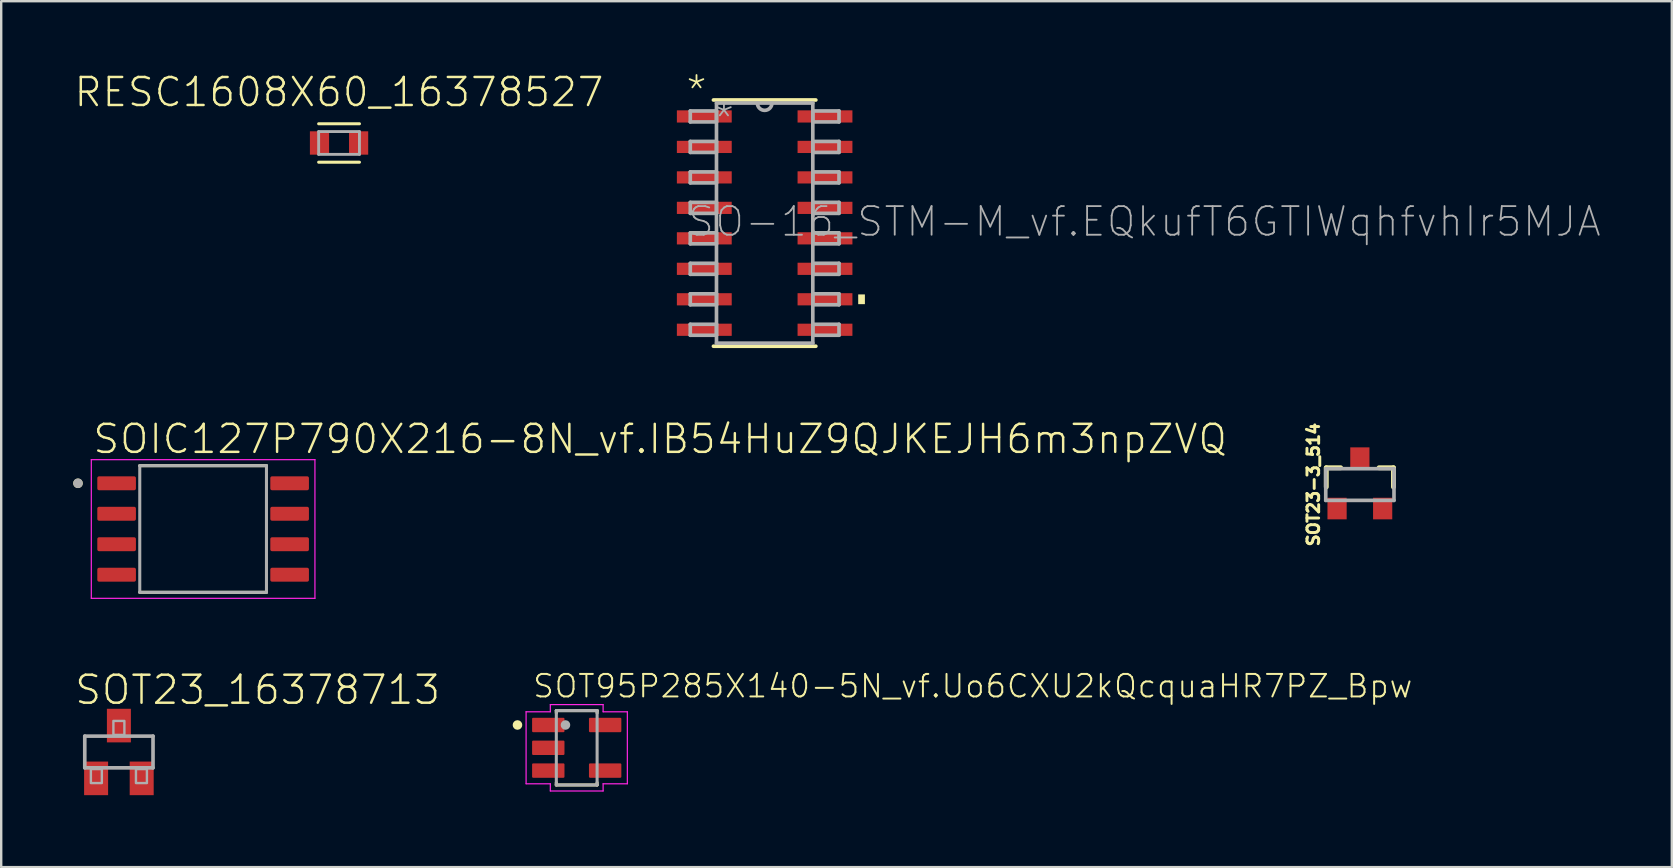
<source format=kicad_pcb>
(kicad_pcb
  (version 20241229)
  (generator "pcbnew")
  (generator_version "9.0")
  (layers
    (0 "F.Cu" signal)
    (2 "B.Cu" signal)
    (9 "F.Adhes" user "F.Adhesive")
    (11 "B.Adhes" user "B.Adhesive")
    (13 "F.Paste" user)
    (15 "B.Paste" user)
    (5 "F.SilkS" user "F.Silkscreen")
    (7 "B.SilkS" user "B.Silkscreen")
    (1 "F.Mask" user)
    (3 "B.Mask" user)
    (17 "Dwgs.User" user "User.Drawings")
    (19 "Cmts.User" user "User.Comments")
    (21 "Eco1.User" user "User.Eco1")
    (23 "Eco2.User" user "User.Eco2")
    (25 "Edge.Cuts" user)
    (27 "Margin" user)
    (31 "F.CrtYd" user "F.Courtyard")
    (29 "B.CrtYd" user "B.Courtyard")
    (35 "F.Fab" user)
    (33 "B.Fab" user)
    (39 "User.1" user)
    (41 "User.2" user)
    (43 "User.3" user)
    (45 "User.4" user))
  (footprint "SOT23-3_514"
    (layer "F.Cu")
    (at 53.623 17.144)
    (property "Reference" "SOT23-3_514" (at -1.651 0 90) (unlocked yes) (layer "F.SilkS") (effects (font (size 0.488 0.488) (thickness 0.122)) (justify bottom)))
    (fp_line (start -1.4 -0.7) (end -1.4 0.1) (stroke (width 0.203) (type solid)) (layer "F.SilkS"))
    (fp_line (start -0.8 -0.7) (end -1.4 -0.7) (stroke (width 0.203) (type solid)) (layer "F.SilkS"))
    (fp_line (start 0.8 -0.7) (end 1.4 -0.7) (stroke (width 0.203) (type solid)) (layer "F.SilkS"))
    (fp_line (start 1.4 -0.7) (end 1.4 0.1) (stroke (width 0.203) (type solid)) (layer "F.SilkS"))
    (fp_line (start -1.422 -0.66) (end 1.422 -0.66) (stroke (width 0.152) (type solid)) (layer "F.Fab"))
    (fp_line (start -1.422 0.66) (end -1.422 -0.66) (stroke (width 0.152) (type solid)) (layer "F.Fab"))
    (fp_line (start 1.422 -0.66) (end 1.422 0.66) (stroke (width 0.152) (type solid)) (layer "F.Fab"))
    (fp_line (start 1.422 0.66) (end -1.422 0.66) (stroke (width 0.152) (type solid)) (layer "F.Fab"))
    (pad "1" smd rect (at -0.95 1) (size 0.8 0.9) (layers "F.Cu" "F.Mask" "F.Paste"))
    (pad "2" smd rect (at 0.95 1) (size 0.8 0.9) (layers "F.Cu" "F.Mask" "F.Paste"))
    (pad "3" smd rect (at 0 -1.1) (size 0.8 0.9) (layers "F.Cu" "F.Mask" "F.Paste")))
  (footprint "RESC1608X60_16378527"
    (layer "F.Cu")
    (at 11.08 2.909)
    (property "Reference" "RESC1608X60_16378527" (at 0 -1.436 0) (unlocked yes) (layer "F.SilkS") (effects (font (size 1.168 1.168) (thickness 0.102)) (justify bottom)))
    (fp_line (start 0.85 -0.801) (end -0.85 -0.801) (stroke (width 0.127) (type solid)) (layer "F.SilkS"))
    (fp_line (start 0.85 0.801) (end -0.85 0.801) (stroke (width 0.127) (type solid)) (layer "F.SilkS"))
    (fp_line (start -0.85 -0.475) (end 0.85 -0.475) (stroke (width 0.12) (type solid)) (layer "F.Fab"))
    (fp_line (start -0.85 0.475) (end -0.85 -0.475) (stroke (width 0.12) (type solid)) (layer "F.Fab"))
    (fp_line (start 0.85 -0.475) (end 0.85 0.475) (stroke (width 0.12) (type solid)) (layer "F.Fab"))
    (fp_line (start 0.85 0.475) (end -0.85 0.475) (stroke (width 0.12) (type solid)) (layer "F.Fab"))
    (pad "1" smd rect (at -0.815 0) (size 0.799 0.974) (layers "F.Cu" "F.Mask" "F.Paste"))
    (pad "2" smd rect (at 0.815 0) (size 0.799 0.974) (layers "F.Cu" "F.Mask" "F.Paste")))
  (footprint "SO-16_STM-M_vf.EQkufT6GTIWqhfvhIr5MJA"
    (layer "F.Cu")
    (at 28.817 6.248)
    (property "Reference" "SO-16_STM-M_vf.EQkufT6GTIWqhfvhIr5MJA" (at -3.271 0.635 0) (unlocked yes) (layer "F.Fab") (effects (font (size 1.194 1.194) (thickness 0.076)) (justify left bottom)))
    (fp_line (start -2.134 5.131) (end 2.134 5.131) (stroke (width 0.152) (type solid)) (layer "F.SilkS"))
    (fp_line (start 2.134 -5.131) (end -2.134 -5.131) (stroke (width 0.152) (type solid)) (layer "F.SilkS"))
    (fp_poly (pts (xy 4.178 3.378) (xy 3.899 3.378) (xy 3.899 2.972) (xy 4.178 2.972)) (stroke (width 0) (type default)) (fill yes) (layer "F.SilkS"))
    (fp_line (start -3.099 -4.674) (end -3.099 -4.216) (stroke (width 0.152) (type solid)) (layer "F.Fab"))
    (fp_line (start -3.099 -4.216) (end -2.007 -4.216) (stroke (width 0.152) (type solid)) (layer "F.Fab"))
    (fp_line (start -3.099 -3.404) (end -3.099 -2.946) (stroke (width 0.152) (type solid)) (layer "F.Fab"))
    (fp_line (start -3.099 -2.946) (end -2.007 -2.946) (stroke (width 0.152) (type solid)) (layer "F.Fab"))
    (fp_line (start -3.099 -2.134) (end -3.099 -1.676) (stroke (width 0.152) (type solid)) (layer "F.Fab"))
    (fp_line (start -3.099 -1.676) (end -2.007 -1.676) (stroke (width 0.152) (type solid)) (layer "F.Fab"))
    (fp_line (start -3.099 -0.864) (end -3.099 -0.406) (stroke (width 0.152) (type solid)) (layer "F.Fab"))
    (fp_line (start -3.099 -0.406) (end -2.007 -0.406) (stroke (width 0.152) (type solid)) (layer "F.Fab"))
    (fp_line (start -3.099 0.406) (end -3.099 0.864) (stroke (width 0.152) (type solid)) (layer "F.Fab"))
    (fp_line (start -3.099 0.864) (end -2.007 0.864) (stroke (width 0.152) (type solid)) (layer "F.Fab"))
    (fp_line (start -3.099 1.676) (end -3.099 2.134) (stroke (width 0.152) (type solid)) (layer "F.Fab"))
    (fp_line (start -3.099 2.134) (end -2.007 2.134) (stroke (width 0.152) (type solid)) (layer "F.Fab"))
    (fp_line (start -3.099 2.946) (end -3.099 3.404) (stroke (width 0.152) (type solid)) (layer "F.Fab"))
    (fp_line (start -3.099 3.404) (end -2.007 3.404) (stroke (width 0.152) (type solid)) (layer "F.Fab"))
    (fp_line (start -3.099 4.216) (end -3.099 4.674) (stroke (width 0.152) (type solid)) (layer "F.Fab"))
    (fp_line (start -3.099 4.674) (end -2.007 4.674) (stroke (width 0.152) (type solid)) (layer "F.Fab"))
    (fp_line (start -2.007 -5.004) (end -2.007 5.004) (stroke (width 0.152) (type solid)) (layer "F.Fab"))
    (fp_line (start -2.007 -4.674) (end -3.099 -4.674) (stroke (width 0.152) (type solid)) (layer "F.Fab"))
    (fp_line (start -2.007 -4.216) (end -2.007 -4.674) (stroke (width 0.152) (type solid)) (layer "F.Fab"))
    (fp_line (start -2.007 -3.404) (end -3.099 -3.404) (stroke (width 0.152) (type solid)) (layer "F.Fab"))
    (fp_line (start -2.007 -2.946) (end -2.007 -3.404) (stroke (width 0.152) (type solid)) (layer "F.Fab"))
    (fp_line (start -2.007 -2.134) (end -3.099 -2.134) (stroke (width 0.152) (type solid)) (layer "F.Fab"))
    (fp_line (start -2.007 -1.676) (end -2.007 -2.134) (stroke (width 0.152) (type solid)) (layer "F.Fab"))
    (fp_line (start -2.007 -0.864) (end -3.099 -0.864) (stroke (width 0.152) (type solid)) (layer "F.Fab"))
    (fp_line (start -2.007 -0.406) (end -2.007 -0.864) (stroke (width 0.152) (type solid)) (layer "F.Fab"))
    (fp_line (start -2.007 0.406) (end -3.099 0.406) (stroke (width 0.152) (type solid)) (layer "F.Fab"))
    (fp_line (start -2.007 0.864) (end -2.007 0.406) (stroke (width 0.152) (type solid)) (layer "F.Fab"))
    (fp_line (start -2.007 1.676) (end -3.099 1.676) (stroke (width 0.152) (type solid)) (layer "F.Fab"))
    (fp_line (start -2.007 2.134) (end -2.007 1.676) (stroke (width 0.152) (type solid)) (layer "F.Fab"))
    (fp_line (start -2.007 2.946) (end -3.099 2.946) (stroke (width 0.152) (type solid)) (layer "F.Fab"))
    (fp_line (start -2.007 3.404) (end -2.007 2.946) (stroke (width 0.152) (type solid)) (layer "F.Fab"))
    (fp_line (start -2.007 4.216) (end -3.099 4.216) (stroke (width 0.152) (type solid)) (layer "F.Fab"))
    (fp_line (start -2.007 4.674) (end -2.007 4.216) (stroke (width 0.152) (type solid)) (layer "F.Fab"))
    (fp_line (start -2.007 5.004) (end 2.007 5.004) (stroke (width 0.152) (type solid)) (layer "F.Fab"))
    (fp_line (start 2.007 -5.004) (end -2.007 -5.004) (stroke (width 0.152) (type solid)) (layer "F.Fab"))
    (fp_line (start 2.007 -4.674) (end 2.007 -4.216) (stroke (width 0.152) (type solid)) (layer "F.Fab"))
    (fp_line (start 2.007 -4.216) (end 3.099 -4.216) (stroke (width 0.152) (type solid)) (layer "F.Fab"))
    (fp_line (start 2.007 -3.404) (end 2.007 -2.946) (stroke (width 0.152) (type solid)) (layer "F.Fab"))
    (fp_line (start 2.007 -2.946) (end 3.099 -2.946) (stroke (width 0.152) (type solid)) (layer "F.Fab"))
    (fp_line (start 2.007 -2.134) (end 2.007 -1.676) (stroke (width 0.152) (type solid)) (layer "F.Fab"))
    (fp_line (start 2.007 -1.676) (end 3.099 -1.676) (stroke (width 0.152) (type solid)) (layer "F.Fab"))
    (fp_line (start 2.007 -0.864) (end 2.007 -0.406) (stroke (width 0.152) (type solid)) (layer "F.Fab"))
    (fp_line (start 2.007 -0.406) (end 3.099 -0.406) (stroke (width 0.152) (type solid)) (layer "F.Fab"))
    (fp_line (start 2.007 0.406) (end 2.007 0.864) (stroke (width 0.152) (type solid)) (layer "F.Fab"))
    (fp_line (start 2.007 0.864) (end 3.099 0.864) (stroke (width 0.152) (type solid)) (layer "F.Fab"))
    (fp_line (start 2.007 1.676) (end 2.007 2.134) (stroke (width 0.152) (type solid)) (layer "F.Fab"))
    (fp_line (start 2.007 2.134) (end 3.099 2.134) (stroke (width 0.152) (type solid)) (layer "F.Fab"))
    (fp_line (start 2.007 2.946) (end 2.007 3.404) (stroke (width 0.152) (type solid)) (layer "F.Fab"))
    (fp_line (start 2.007 3.404) (end 3.099 3.404) (stroke (width 0.152) (type solid)) (layer "F.Fab"))
    (fp_line (start 2.007 4.216) (end 2.007 4.674) (stroke (width 0.152) (type solid)) (layer "F.Fab"))
    (fp_line (start 2.007 4.674) (end 3.099 4.674) (stroke (width 0.152) (type solid)) (layer "F.Fab"))
    (fp_line (start 2.007 5.004) (end 2.007 -5.004) (stroke (width 0.152) (type solid)) (layer "F.Fab"))
    (fp_line (start 3.099 -4.674) (end 2.007 -4.674) (stroke (width 0.152) (type solid)) (layer "F.Fab"))
    (fp_line (start 3.099 -4.216) (end 3.099 -4.674) (stroke (width 0.152) (type solid)) (layer "F.Fab"))
    (fp_line (start 3.099 -3.404) (end 2.007 -3.404) (stroke (width 0.152) (type solid)) (layer "F.Fab"))
    (fp_line (start 3.099 -2.946) (end 3.099 -3.404) (stroke (width 0.152) (type solid)) (layer "F.Fab"))
    (fp_line (start 3.099 -2.134) (end 2.007 -2.134) (stroke (width 0.152) (type solid)) (layer "F.Fab"))
    (fp_line (start 3.099 -1.676) (end 3.099 -2.134) (stroke (width 0.152) (type solid)) (layer "F.Fab"))
    (fp_line (start 3.099 -0.864) (end 2.007 -0.864) (stroke (width 0.152) (type solid)) (layer "F.Fab"))
    (fp_line (start 3.099 -0.406) (end 3.099 -0.864) (stroke (width 0.152) (type solid)) (layer "F.Fab"))
    (fp_line (start 3.099 0.406) (end 2.007 0.406) (stroke (width 0.152) (type solid)) (layer "F.Fab"))
    (fp_line (start 3.099 0.864) (end 3.099 0.406) (stroke (width 0.152) (type solid)) (layer "F.Fab"))
    (fp_line (start 3.099 1.676) (end 2.007 1.676) (stroke (width 0.152) (type solid)) (layer "F.Fab"))
    (fp_line (start 3.099 2.134) (end 3.099 1.676) (stroke (width 0.152) (type solid)) (layer "F.Fab"))
    (fp_line (start 3.099 2.946) (end 2.007 2.946) (stroke (width 0.152) (type solid)) (layer "F.Fab"))
    (fp_line (start 3.099 3.404) (end 3.099 2.946) (stroke (width 0.152) (type solid)) (layer "F.Fab"))
    (fp_line (start 3.099 4.216) (end 2.007 4.216) (stroke (width 0.152) (type solid)) (layer "F.Fab"))
    (fp_line (start 3.099 4.674) (end 3.099 4.216) (stroke (width 0.152) (type solid)) (layer "F.Fab"))
    (fp_arc (start 0.3048 -5.0038) (mid 0 -4.699) (end -0.3048 -5.0038) (stroke (width 0.1524) (type solid)) (layer "F.Fab"))
    (fp_text user "*" (at -3.345 -4.826 0) (unlocked yes) (layer "F.SilkS") (effects (font (size 1.194 1.194) (thickness 0.076)) (justify left bottom)))
    (fp_text user "*" (at -2.202 -3.658 0) (unlocked yes) (layer "F.Fab") (effects (font (size 1.194 1.194) (thickness 0.076)) (justify left bottom)))
    (pad "1" smd rect (at -2.515 -4.445) (size 2.286 0.508) (layers "F.Cu" "F.Mask" "F.Paste"))
    (pad "2" smd rect (at -2.515 -3.175) (size 2.286 0.508) (layers "F.Cu" "F.Mask" "F.Paste"))
    (pad "3" smd rect (at -2.515 -1.905) (size 2.286 0.508) (layers "F.Cu" "F.Mask" "F.Paste"))
    (pad "4" smd rect (at -2.515 -0.635) (size 2.286 0.508) (layers "F.Cu" "F.Mask" "F.Paste"))
    (pad "5" smd rect (at -2.515 0.635) (size 2.286 0.508) (layers "F.Cu" "F.Mask" "F.Paste"))
    (pad "6" smd rect (at -2.515 1.905) (size 2.286 0.508) (layers "F.Cu" "F.Mask" "F.Paste"))
    (pad "7" smd rect (at -2.515 3.175) (size 2.286 0.508) (layers "F.Cu" "F.Mask" "F.Paste"))
    (pad "8" smd rect (at -2.515 4.445) (size 2.286 0.508) (layers "F.Cu" "F.Mask" "F.Paste"))
    (pad "9" smd rect (at 2.515 4.445) (size 2.286 0.508) (layers "F.Cu" "F.Mask" "F.Paste"))
    (pad "10" smd rect (at 2.515 3.175) (size 2.286 0.508) (layers "F.Cu" "F.Mask" "F.Paste"))
    (pad "11" smd rect (at 2.515 1.905) (size 2.286 0.508) (layers "F.Cu" "F.Mask" "F.Paste"))
    (pad "12" smd rect (at 2.515 0.635) (size 2.286 0.508) (layers "F.Cu" "F.Mask" "F.Paste"))
    (pad "13" smd rect (at 2.515 -0.635) (size 2.286 0.508) (layers "F.Cu" "F.Mask" "F.Paste"))
    (pad "14" smd rect (at 2.515 -1.905) (size 2.286 0.508) (layers "F.Cu" "F.Mask" "F.Paste"))
    (pad "15" smd rect (at 2.515 -3.175) (size 2.286 0.508) (layers "F.Cu" "F.Mask" "F.Paste"))
    (pad "16" smd rect (at 2.515 -4.445) (size 2.286 0.508) (layers "F.Cu" "F.Mask" "F.Paste")))
  (footprint "SOT95P285X140-5N_vf.Uo6CXU2kQcquaHR7PZ_Bpw"
    (layer "F.Cu")
    (at 20.985 28.114)
    (property "Reference" "SOT95P285X140-5N_vf.Uo6CXU2kQcquaHR7PZ_Bpw" (at -1.884 -2.021 0) (unlocked yes) (layer "F.SilkS") (effects (font (size 0.938 0.938) (thickness 0.082)) (justify left bottom)))
    (fp_line (start -0.85 -1.55) (end -0.85 -1.45) (stroke (width 0.127) (type solid)) (layer "F.SilkS"))
    (fp_line (start -0.85 1.55) (end -0.85 1.45) (stroke (width 0.127) (type solid)) (layer "F.SilkS"))
    (fp_line (start 0.85 -1.55) (end -0.85 -1.55) (stroke (width 0.127) (type solid)) (layer "F.SilkS"))
    (fp_line (start 0.85 -1.55) (end 0.85 -1.45) (stroke (width 0.127) (type solid)) (layer "F.SilkS"))
    (fp_line (start 0.85 1.55) (end -0.85 1.55) (stroke (width 0.127) (type solid)) (layer "F.SilkS"))
    (fp_line (start 0.85 1.55) (end 0.85 1.45) (stroke (width 0.127) (type solid)) (layer "F.SilkS"))
    (fp_circle (center -2.469 -0.95) (end -2.369 -0.95) (stroke (width 0.2) (type solid)) (fill no) (layer "F.SilkS"))
    (fp_line (start -2.11 -1.5) (end -2.11 1.5) (stroke (width 0.05) (type solid)) (layer "F.CrtYd"))
    (fp_line (start -2.11 1.5) (end -1.1 1.5) (stroke (width 0.05) (type solid)) (layer "F.CrtYd"))
    (fp_line (start -1.1 -1.8) (end -1.1 -1.5) (stroke (width 0.05) (type solid)) (layer "F.CrtYd"))
    (fp_line (start -1.1 -1.5) (end -2.11 -1.5) (stroke (width 0.05) (type solid)) (layer "F.CrtYd"))
    (fp_line (start -1.1 1.5) (end -1.1 1.8) (stroke (width 0.05) (type solid)) (layer "F.CrtYd"))
    (fp_line (start -1.1 1.8) (end 1.1 1.8) (stroke (width 0.05) (type solid)) (layer "F.CrtYd"))
    (fp_line (start 1.1 -1.8) (end -1.1 -1.8) (stroke (width 0.05) (type solid)) (layer "F.CrtYd"))
    (fp_line (start 1.1 -1.5) (end 1.1 -1.8) (stroke (width 0.05) (type solid)) (layer "F.CrtYd"))
    (fp_line (start 1.1 1.5) (end 2.11 1.5) (stroke (width 0.05) (type solid)) (layer "F.CrtYd"))
    (fp_line (start 1.1 1.8) (end 1.1 1.5) (stroke (width 0.05) (type solid)) (layer "F.CrtYd"))
    (fp_line (start 2.11 -1.5) (end 1.1 -1.5) (stroke (width 0.05) (type solid)) (layer "F.CrtYd"))
    (fp_line (start 2.11 1.5) (end 2.11 -1.5) (stroke (width 0.05) (type solid)) (layer "F.CrtYd"))
    (fp_line (start -0.85 -1.55) (end 0.85 -1.55) (stroke (width 0.127) (type solid)) (layer "F.Fab"))
    (fp_line (start -0.85 1.55) (end -0.85 -1.55) (stroke (width 0.127) (type solid)) (layer "F.Fab"))
    (fp_line (start 0.85 -1.55) (end 0.85 1.55) (stroke (width 0.127) (type solid)) (layer "F.Fab"))
    (fp_line (start 0.85 1.55) (end -0.85 1.55) (stroke (width 0.127) (type solid)) (layer "F.Fab"))
    (fp_circle (center -0.469 -0.95) (end -0.369 -0.95) (stroke (width 0.2) (type solid)) (fill no) (layer "F.Fab"))
    (pad "1" smd roundrect (at -1.185 -0.95 270) (size 0.6 1.35) (layers "F.Cu" "F.Mask" "F.Paste") (roundrect_rratio 0.075))
    (pad "2" smd roundrect (at -1.185 0 270) (size 0.6 1.35) (layers "F.Cu" "F.Mask" "F.Paste") (roundrect_rratio 0.075))
    (pad "3" smd roundrect (at -1.185 0.95 270) (size 0.6 1.35) (layers "F.Cu" "F.Mask" "F.Paste") (roundrect_rratio 0.075))
    (pad "4" smd roundrect (at 1.185 0.95 270) (size 0.6 1.35) (layers "F.Cu" "F.Mask" "F.Paste") (roundrect_rratio 0.075))
    (pad "5" smd roundrect (at 1.185 -0.95 270) (size 0.6 1.35) (layers "F.Cu" "F.Mask" "F.Paste") (roundrect_rratio 0.075)))
  (footprint "SOIC127P790X216-8N_vf.IB54HuZ9QJKEJH6m3npZVQ"
    (layer "F.Cu")
    (at 5.415 18.996)
    (property "Reference" "SOIC127P790X216-8N_vf.IB54HuZ9QJKEJH6m3npZVQ" (at -4.66 -3.067 0) (unlocked yes) (layer "F.SilkS") (effects (font (size 1.168 1.168) (thickness 0.102)) (justify left bottom)))
    (fp_line (start -2.64 -2.64) (end 2.64 -2.64) (stroke (width 0.127) (type solid)) (layer "F.SilkS"))
    (fp_line (start -2.64 2.64) (end 2.64 2.64) (stroke (width 0.127) (type solid)) (layer "F.SilkS"))
    (fp_circle (center -5.215 -1.905) (end -5.115 -1.905) (stroke (width 0.2) (type solid)) (fill no) (layer "F.SilkS"))
    (fp_line (start -4.66 -2.89) (end -4.66 2.89) (stroke (width 0.05) (type solid)) (layer "F.CrtYd"))
    (fp_line (start -4.66 -2.89) (end 4.66 -2.89) (stroke (width 0.05) (type solid)) (layer "F.CrtYd"))
    (fp_line (start -4.66 2.89) (end 4.66 2.89) (stroke (width 0.05) (type solid)) (layer "F.CrtYd"))
    (fp_line (start 4.66 -2.89) (end 4.66 2.89) (stroke (width 0.05) (type solid)) (layer "F.CrtYd"))
    (fp_line (start -2.64 -2.64) (end -2.64 2.64) (stroke (width 0.127) (type solid)) (layer "F.Fab"))
    (fp_line (start -2.64 -2.64) (end 2.64 -2.64) (stroke (width 0.127) (type solid)) (layer "F.Fab"))
    (fp_line (start -2.64 2.64) (end 2.64 2.64) (stroke (width 0.127) (type solid)) (layer "F.Fab"))
    (fp_line (start 2.64 -2.64) (end 2.64 2.64) (stroke (width 0.127) (type solid)) (layer "F.Fab"))
    (fp_circle (center -5.215 -1.905) (end -5.115 -1.905) (stroke (width 0.2) (type solid)) (fill no) (layer "F.Fab"))
    (pad "1" smd roundrect (at -3.605 -1.905) (size 1.61 0.58) (layers "F.Cu" "F.Mask" "F.Paste") (roundrect_rratio 0.125))
    (pad "2" smd roundrect (at -3.605 -0.635) (size 1.61 0.58) (layers "F.Cu" "F.Mask" "F.Paste") (roundrect_rratio 0.125))
    (pad "3" smd roundrect (at -3.605 0.635) (size 1.61 0.58) (layers "F.Cu" "F.Mask" "F.Paste") (roundrect_rratio 0.125))
    (pad "4" smd roundrect (at -3.605 1.905) (size 1.61 0.58) (layers "F.Cu" "F.Mask" "F.Paste") (roundrect_rratio 0.125))
    (pad "5" smd roundrect (at 3.605 1.905) (size 1.61 0.58) (layers "F.Cu" "F.Mask" "F.Paste") (roundrect_rratio 0.125))
    (pad "6" smd roundrect (at 3.605 0.635) (size 1.61 0.58) (layers "F.Cu" "F.Mask" "F.Paste") (roundrect_rratio 0.125))
    (pad "7" smd roundrect (at 3.605 -0.635) (size 1.61 0.58) (layers "F.Cu" "F.Mask" "F.Paste") (roundrect_rratio 0.125))
    (pad "8" smd roundrect (at 3.605 -1.905) (size 1.61 0.58) (layers "F.Cu" "F.Mask" "F.Paste") (roundrect_rratio 0.125)))
  (footprint "SOT23_16378713"
    (layer "F.Cu")
    (at 1.905 28.289)
    (property "Reference" "SOT23_16378713" (at -1.905 -1.905 0) (unlocked yes) (layer "F.SilkS") (effects (font (size 1.168 1.168) (thickness 0.102)) (justify left bottom)))
    (fp_line (start -1.422 -0.66) (end 1.422 -0.66) (stroke (width 0.152) (type solid)) (layer "F.Fab"))
    (fp_line (start -1.422 0.66) (end -1.422 -0.66) (stroke (width 0.152) (type solid)) (layer "F.Fab"))
    (fp_line (start 1.422 -0.66) (end 1.422 0.66) (stroke (width 0.152) (type solid)) (layer "F.Fab"))
    (fp_line (start 1.422 0.66) (end -1.422 0.66) (stroke (width 0.152) (type solid)) (layer "F.Fab"))
    (fp_poly (pts (xy -1.168 1.295) (xy -0.711 1.295) (xy -0.711 0.711) (xy -1.168 0.711)) (stroke (width 0.1) (type default)) (fill no) (layer "F.Fab"))
    (fp_poly (pts (xy -0.229 -0.711) (xy 0.229 -0.711) (xy 0.229 -1.295) (xy -0.229 -1.295)) (stroke (width 0.1) (type default)) (fill no) (layer "F.Fab"))
    (fp_poly (pts (xy 0.711 1.295) (xy 1.168 1.295) (xy 1.168 0.711) (xy 0.711 0.711)) (stroke (width 0.1) (type default)) (fill no) (layer "F.Fab"))
    (pad "1" smd rect (at -0.95 1.1) (size 1 1.4) (layers "F.Cu" "F.Mask" "F.Paste"))
    (pad "2" smd rect (at 0.95 1.1) (size 1 1.4) (layers "F.Cu" "F.Mask" "F.Paste"))
    (pad "3" smd rect (at 0 -1.1) (size 1 1.4) (layers "F.Cu" "F.Mask" "F.Paste")))
  (gr_rect
    (start -3 -3)
    (end 66.624 33.089)
    (stroke (width 0.1) (type default))
    (fill no)
    (layer "Edge.Cuts")))
</source>
